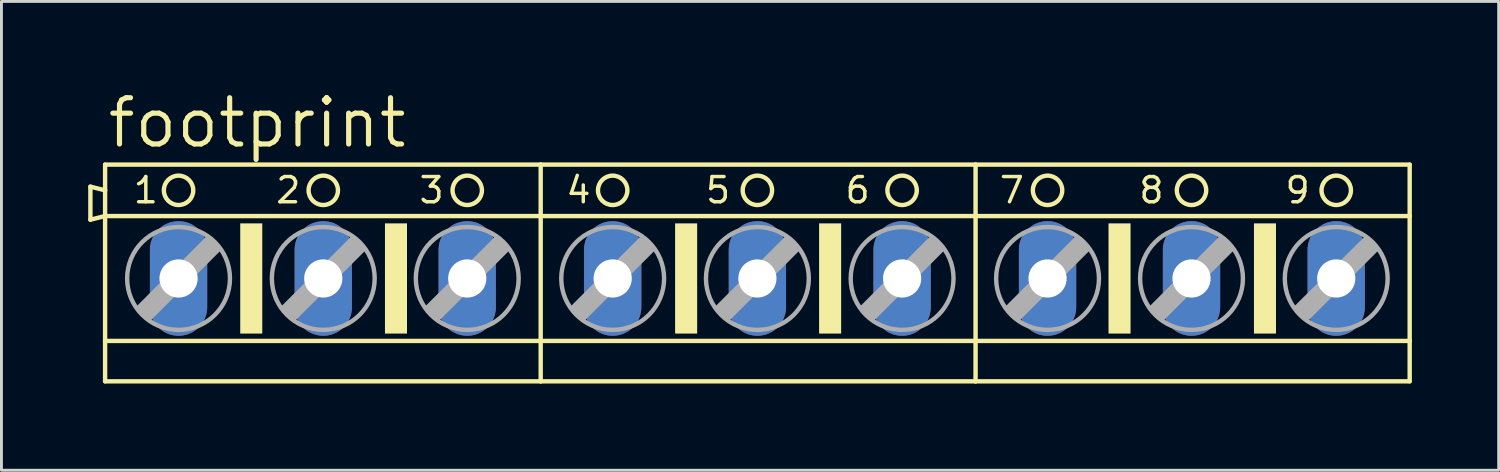
<source format=kicad_pcb>
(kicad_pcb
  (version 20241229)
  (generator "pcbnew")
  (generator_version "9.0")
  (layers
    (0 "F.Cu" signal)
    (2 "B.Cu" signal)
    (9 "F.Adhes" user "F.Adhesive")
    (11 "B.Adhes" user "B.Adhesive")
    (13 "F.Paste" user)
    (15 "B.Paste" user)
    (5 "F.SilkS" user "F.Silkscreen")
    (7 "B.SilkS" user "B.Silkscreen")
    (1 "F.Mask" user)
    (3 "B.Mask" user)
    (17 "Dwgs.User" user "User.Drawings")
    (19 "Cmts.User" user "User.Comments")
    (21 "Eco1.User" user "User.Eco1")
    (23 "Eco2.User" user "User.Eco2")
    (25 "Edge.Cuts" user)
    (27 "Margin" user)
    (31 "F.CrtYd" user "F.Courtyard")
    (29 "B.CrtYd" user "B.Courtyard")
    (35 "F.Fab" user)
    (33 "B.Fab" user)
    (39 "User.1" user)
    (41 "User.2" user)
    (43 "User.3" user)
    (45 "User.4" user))
  (footprint "footprint"
    (layer "F.Cu")
    (at 23.139 6.579)
    (property "Reference" "footprint" (at -22.555 -4.445 0) (layer "F.SilkS") (effects (font (size 1.6 1.6) (thickness 0.178)) (justify left bottom)))
    (fp_line (start -23.063 -3.175) (end -23.063 -2.032) (stroke (width 0.152) (type solid)) (layer "F.SilkS"))
    (fp_line (start -23.063 -2.032) (end -22.555 -2.159) (stroke (width 0.152) (type solid)) (layer "F.SilkS"))
    (fp_line (start -22.555 -3.048) (end -23.063 -3.175) (stroke (width 0.152) (type solid)) (layer "F.SilkS"))
    (fp_line (start -22.555 -3.048) (end -22.555 -3.937) (stroke (width 0.152) (type solid)) (layer "F.SilkS"))
    (fp_line (start -22.555 -2.159) (end -22.555 -3.048) (stroke (width 0.152) (type solid)) (layer "F.SilkS"))
    (fp_line (start -22.555 -2.159) (end -7.493 -2.159) (stroke (width 0.152) (type solid)) (layer "F.SilkS"))
    (fp_line (start -22.555 2.159) (end -22.555 -2.159) (stroke (width 0.152) (type solid)) (layer "F.SilkS"))
    (fp_line (start -22.555 2.159) (end -7.493 2.159) (stroke (width 0.152) (type solid)) (layer "F.SilkS"))
    (fp_line (start -22.555 3.556) (end -22.555 2.159) (stroke (width 0.152) (type solid)) (layer "F.SilkS"))
    (fp_line (start -22.555 3.556) (end -7.493 3.556) (stroke (width 0.152) (type solid)) (layer "F.SilkS"))
    (fp_line (start -7.493 -3.937) (end -22.555 -3.937) (stroke (width 0.152) (type solid)) (layer "F.SilkS"))
    (fp_line (start -7.493 -2.159) (end -7.493 -3.937) (stroke (width 0.152) (type solid)) (layer "F.SilkS"))
    (fp_line (start -7.493 -2.159) (end 7.544 -2.159) (stroke (width 0.152) (type solid)) (layer "F.SilkS"))
    (fp_line (start -7.493 2.159) (end -7.493 -2.159) (stroke (width 0.152) (type solid)) (layer "F.SilkS"))
    (fp_line (start -7.493 2.159) (end 7.544 2.159) (stroke (width 0.152) (type solid)) (layer "F.SilkS"))
    (fp_line (start -7.493 3.556) (end -7.493 2.159) (stroke (width 0.152) (type solid)) (layer "F.SilkS"))
    (fp_line (start -7.493 3.556) (end 7.544 3.556) (stroke (width 0.152) (type solid)) (layer "F.SilkS"))
    (fp_line (start 7.544 -3.937) (end -7.493 -3.937) (stroke (width 0.152) (type solid)) (layer "F.SilkS"))
    (fp_line (start 7.544 -2.159) (end 7.544 -3.937) (stroke (width 0.152) (type solid)) (layer "F.SilkS"))
    (fp_line (start 7.544 -2.159) (end 22.555 -2.159) (stroke (width 0.152) (type solid)) (layer "F.SilkS"))
    (fp_line (start 7.544 2.159) (end 7.544 -2.159) (stroke (width 0.152) (type solid)) (layer "F.SilkS"))
    (fp_line (start 7.544 2.159) (end 22.555 2.159) (stroke (width 0.152) (type solid)) (layer "F.SilkS"))
    (fp_line (start 7.544 3.556) (end 7.544 2.159) (stroke (width 0.152) (type solid)) (layer "F.SilkS"))
    (fp_line (start 7.544 3.556) (end 22.555 3.556) (stroke (width 0.152) (type solid)) (layer "F.SilkS"))
    (fp_line (start 22.555 -3.937) (end 7.544 -3.937) (stroke (width 0.152) (type solid)) (layer "F.SilkS"))
    (fp_line (start 22.555 -3.937) (end 22.555 -2.159) (stroke (width 0.152) (type solid)) (layer "F.SilkS"))
    (fp_line (start 22.555 -2.159) (end 22.555 2.159) (stroke (width 0.152) (type solid)) (layer "F.SilkS"))
    (fp_line (start 22.555 2.159) (end 22.555 3.556) (stroke (width 0.152) (type solid)) (layer "F.SilkS"))
    (fp_circle (center -20.015 -3.048) (end -19.507 -3.048) (stroke (width 0.152) (type solid)) (fill no) (layer "F.SilkS"))
    (fp_circle (center -15.011 -3.048) (end -14.503 -3.048) (stroke (width 0.152) (type solid)) (fill no) (layer "F.SilkS"))
    (fp_circle (center -10.033 -3.048) (end -9.525 -3.048) (stroke (width 0.152) (type solid)) (fill no) (layer "F.SilkS"))
    (fp_circle (center -5.004 -3.048) (end -4.496 -3.048) (stroke (width 0.152) (type solid)) (fill no) (layer "F.SilkS"))
    (fp_circle (center 0 -3.048) (end 0.508 -3.048) (stroke (width 0.152) (type solid)) (fill no) (layer "F.SilkS"))
    (fp_circle (center 5.004 -3.048) (end 5.512 -3.048) (stroke (width 0.152) (type solid)) (fill no) (layer "F.SilkS"))
    (fp_circle (center 10.033 -3.048) (end 10.541 -3.048) (stroke (width 0.152) (type solid)) (fill no) (layer "F.SilkS"))
    (fp_circle (center 15.011 -3.048) (end 15.519 -3.048) (stroke (width 0.152) (type solid)) (fill no) (layer "F.SilkS"))
    (fp_circle (center 20.015 -3.048) (end 20.523 -3.048) (stroke (width 0.152) (type solid)) (fill no) (layer "F.SilkS"))
    (fp_poly (pts (xy -17.882 1.905) (xy -17.12 1.905) (xy -17.12 -1.905) (xy -17.882 -1.905)) (stroke (width 0) (type solid)) (fill yes) (layer "F.SilkS"))
    (fp_poly (pts (xy -12.878 1.905) (xy -12.116 1.905) (xy -12.116 -1.905) (xy -12.878 -1.905)) (stroke (width 0) (type solid)) (fill yes) (layer "F.SilkS"))
    (fp_poly (pts (xy -2.845 1.905) (xy -2.083 1.905) (xy -2.083 -1.905) (xy -2.845 -1.905)) (stroke (width 0) (type solid)) (fill yes) (layer "F.SilkS"))
    (fp_poly (pts (xy 2.134 1.905) (xy 2.896 1.905) (xy 2.896 -1.905) (xy 2.134 -1.905)) (stroke (width 0) (type solid)) (fill yes) (layer "F.SilkS"))
    (fp_poly (pts (xy 12.141 1.905) (xy 12.903 1.905) (xy 12.903 -1.905) (xy 12.141 -1.905)) (stroke (width 0) (type solid)) (fill yes) (layer "F.SilkS"))
    (fp_poly (pts (xy 17.17 1.905) (xy 17.932 1.905) (xy 17.932 -1.905) (xy 17.17 -1.905)) (stroke (width 0) (type solid)) (fill yes) (layer "F.SilkS"))
    (fp_line (start -21.412 1.016) (end -21.031 1.397) (stroke (width 0.152) (type solid)) (layer "F.Fab"))
    (fp_line (start -21.412 1.016) (end -18.999 -1.397) (stroke (width 0.152) (type solid)) (layer "F.Fab"))
    (fp_line (start -21.031 1.016) (end -18.999 -1.016) (stroke (width 0.61) (type solid)) (layer "F.Fab"))
    (fp_line (start -21.031 1.397) (end -18.618 -1.016) (stroke (width 0.152) (type solid)) (layer "F.Fab"))
    (fp_line (start -18.999 -1.397) (end -18.618 -1.016) (stroke (width 0.152) (type solid)) (layer "F.Fab"))
    (fp_line (start -16.408 1.016) (end -16.027 1.397) (stroke (width 0.152) (type solid)) (layer "F.Fab"))
    (fp_line (start -16.408 1.016) (end -13.995 -1.397) (stroke (width 0.152) (type solid)) (layer "F.Fab"))
    (fp_line (start -16.027 1.016) (end -13.995 -1.016) (stroke (width 0.61) (type solid)) (layer "F.Fab"))
    (fp_line (start -16.027 1.397) (end -13.614 -1.016) (stroke (width 0.152) (type solid)) (layer "F.Fab"))
    (fp_line (start -13.995 -1.397) (end -13.614 -1.016) (stroke (width 0.152) (type solid)) (layer "F.Fab"))
    (fp_line (start -11.43 1.016) (end -11.049 1.397) (stroke (width 0.152) (type solid)) (layer "F.Fab"))
    (fp_line (start -11.43 1.016) (end -9.017 -1.397) (stroke (width 0.152) (type solid)) (layer "F.Fab"))
    (fp_line (start -11.049 1.016) (end -9.017 -1.016) (stroke (width 0.61) (type solid)) (layer "F.Fab"))
    (fp_line (start -11.049 1.397) (end -8.636 -1.016) (stroke (width 0.152) (type solid)) (layer "F.Fab"))
    (fp_line (start -9.017 -1.397) (end -8.636 -1.016) (stroke (width 0.152) (type solid)) (layer "F.Fab"))
    (fp_line (start -6.401 1.016) (end -6.02 1.397) (stroke (width 0.152) (type solid)) (layer "F.Fab"))
    (fp_line (start -6.401 1.016) (end -3.988 -1.397) (stroke (width 0.152) (type solid)) (layer "F.Fab"))
    (fp_line (start -6.02 1.016) (end -3.988 -1.016) (stroke (width 0.61) (type solid)) (layer "F.Fab"))
    (fp_line (start -6.02 1.397) (end -3.607 -1.016) (stroke (width 0.152) (type solid)) (layer "F.Fab"))
    (fp_line (start -3.988 -1.397) (end -3.607 -1.016) (stroke (width 0.152) (type solid)) (layer "F.Fab"))
    (fp_line (start -1.397 1.016) (end -1.016 1.397) (stroke (width 0.152) (type solid)) (layer "F.Fab"))
    (fp_line (start -1.397 1.016) (end 1.016 -1.397) (stroke (width 0.152) (type solid)) (layer "F.Fab"))
    (fp_line (start -1.016 1.016) (end 1.016 -1.016) (stroke (width 0.61) (type solid)) (layer "F.Fab"))
    (fp_line (start -1.016 1.397) (end 1.397 -1.016) (stroke (width 0.152) (type solid)) (layer "F.Fab"))
    (fp_line (start 1.016 -1.397) (end 1.397 -1.016) (stroke (width 0.152) (type solid)) (layer "F.Fab"))
    (fp_line (start 3.607 1.016) (end 3.988 1.397) (stroke (width 0.152) (type solid)) (layer "F.Fab"))
    (fp_line (start 3.607 1.016) (end 6.02 -1.397) (stroke (width 0.152) (type solid)) (layer "F.Fab"))
    (fp_line (start 3.988 1.016) (end 6.02 -1.016) (stroke (width 0.61) (type solid)) (layer "F.Fab"))
    (fp_line (start 3.988 1.397) (end 6.401 -1.016) (stroke (width 0.152) (type solid)) (layer "F.Fab"))
    (fp_line (start 6.02 -1.397) (end 6.401 -1.016) (stroke (width 0.152) (type solid)) (layer "F.Fab"))
    (fp_line (start 8.636 1.016) (end 9.017 1.397) (stroke (width 0.152) (type solid)) (layer "F.Fab"))
    (fp_line (start 8.636 1.016) (end 11.049 -1.397) (stroke (width 0.152) (type solid)) (layer "F.Fab"))
    (fp_line (start 9.017 1.016) (end 11.049 -1.016) (stroke (width 0.61) (type solid)) (layer "F.Fab"))
    (fp_line (start 9.017 1.397) (end 11.43 -1.016) (stroke (width 0.152) (type solid)) (layer "F.Fab"))
    (fp_line (start 11.049 -1.397) (end 11.43 -1.016) (stroke (width 0.152) (type solid)) (layer "F.Fab"))
    (fp_line (start 13.614 1.016) (end 13.995 1.397) (stroke (width 0.152) (type solid)) (layer "F.Fab"))
    (fp_line (start 13.614 1.016) (end 16.027 -1.397) (stroke (width 0.152) (type solid)) (layer "F.Fab"))
    (fp_line (start 13.995 1.016) (end 16.027 -1.016) (stroke (width 0.61) (type solid)) (layer "F.Fab"))
    (fp_line (start 13.995 1.397) (end 16.408 -1.016) (stroke (width 0.152) (type solid)) (layer "F.Fab"))
    (fp_line (start 16.027 -1.397) (end 16.408 -1.016) (stroke (width 0.152) (type solid)) (layer "F.Fab"))
    (fp_line (start 18.618 1.016) (end 18.999 1.397) (stroke (width 0.152) (type solid)) (layer "F.Fab"))
    (fp_line (start 18.618 1.016) (end 21.057 -1.397) (stroke (width 0.152) (type solid)) (layer "F.Fab"))
    (fp_line (start 18.999 1.016) (end 21.031 -1.016) (stroke (width 0.61) (type solid)) (layer "F.Fab"))
    (fp_line (start 18.999 1.397) (end 21.412 -1.016) (stroke (width 0.152) (type solid)) (layer "F.Fab"))
    (fp_line (start 21.057 -1.397) (end 21.412 -1.016) (stroke (width 0.152) (type solid)) (layer "F.Fab"))
    (fp_circle (center -20.015 0) (end -18.237 0) (stroke (width 0.152) (type solid)) (fill no) (layer "F.Fab"))
    (fp_circle (center -15.011 0) (end -13.233 0) (stroke (width 0.152) (type solid)) (fill no) (layer "F.Fab"))
    (fp_circle (center -10.033 0) (end -8.255 0) (stroke (width 0.152) (type solid)) (fill no) (layer "F.Fab"))
    (fp_circle (center -5.004 0) (end -3.226 0) (stroke (width 0.152) (type solid)) (fill no) (layer "F.Fab"))
    (fp_circle (center 0 0) (end 1.778 0) (stroke (width 0.152) (type solid)) (fill no) (layer "F.Fab"))
    (fp_circle (center 5.004 0) (end 6.782 0) (stroke (width 0.152) (type solid)) (fill no) (layer "F.Fab"))
    (fp_circle (center 10.033 0) (end 11.811 0) (stroke (width 0.152) (type solid)) (fill no) (layer "F.Fab"))
    (fp_circle (center 15.011 0) (end 16.789 0) (stroke (width 0.152) (type solid)) (fill no) (layer "F.Fab"))
    (fp_circle (center 20.015 0) (end 21.793 0) (stroke (width 0.152) (type solid)) (fill no) (layer "F.Fab"))
    (fp_text user "5" (at -1.854 -2.54 0) (layer "F.SilkS") (effects (font (size 0.872 0.872) (thickness 0.119)) (justify left bottom)))
    (fp_text user "3" (at -11.76 -2.54 0) (layer "F.SilkS") (effects (font (size 0.872 0.872) (thickness 0.119)) (justify left bottom)))
    (fp_text user "6" (at 2.972 -2.54 0) (layer "F.SilkS") (effects (font (size 0.872 0.872) (thickness 0.119)) (justify left bottom)))
    (fp_text user "7" (at 8.306 -2.54 0) (layer "F.SilkS") (effects (font (size 0.872 0.872) (thickness 0.119)) (justify left bottom)))
    (fp_text user "1" (at -21.641 -2.54 0) (layer "F.SilkS") (effects (font (size 0.872 0.872) (thickness 0.119)) (justify left bottom)))
    (fp_text user "9" (at 18.186 -2.54 0) (layer "F.SilkS") (effects (font (size 0.872 0.872) (thickness 0.119)) (justify left bottom)))
    (fp_text user "8" (at 13.132 -2.54 0) (layer "F.SilkS") (effects (font (size 0.872 0.872) (thickness 0.119)) (justify left bottom)))
    (fp_text user "4" (at -6.68 -2.54 0) (layer "F.SilkS") (effects (font (size 0.872 0.872) (thickness 0.119)) (justify left bottom)))
    (fp_text user "2" (at -16.713 -2.54 0) (layer "F.SilkS") (effects (font (size 0.872 0.872) (thickness 0.119)) (justify left bottom)))
    (pad "1" thru_hole oval (at -20.015 0 90) (size 3.962 1.981) (drill 1.321) (layers "*.Cu" "*.Mask"))
    (pad "2" thru_hole oval (at -15.011 0 90) (size 3.962 1.981) (drill 1.321) (layers "*.Cu" "*.Mask"))
    (pad "3" thru_hole oval (at -10.033 0 90) (size 3.962 1.981) (drill 1.321) (layers "*.Cu" "*.Mask"))
    (pad "4" thru_hole oval (at -5.004 0 90) (size 3.962 1.981) (drill 1.321) (layers "*.Cu" "*.Mask"))
    (pad "5" thru_hole oval (at 0 0 90) (size 3.962 1.981) (drill 1.321) (layers "*.Cu" "*.Mask"))
    (pad "6" thru_hole oval (at 5.004 0 90) (size 3.962 1.981) (drill 1.321) (layers "*.Cu" "*.Mask"))
    (pad "7" thru_hole oval (at 10.033 0 90) (size 3.962 1.981) (drill 1.321) (layers "*.Cu" "*.Mask"))
    (pad "8" thru_hole oval (at 15.011 0 90) (size 3.962 1.981) (drill 1.321) (layers "*.Cu" "*.Mask"))
    (pad "9" thru_hole oval (at 20.015 0 90) (size 3.962 1.981) (drill 1.321) (layers "*.Cu" "*.Mask")))
  (gr_rect
    (start -3 -3)
    (end 48.771 13.211)
    (stroke (width 0.1) (type default))
    (fill no)
    (layer "Edge.Cuts")))
</source>
